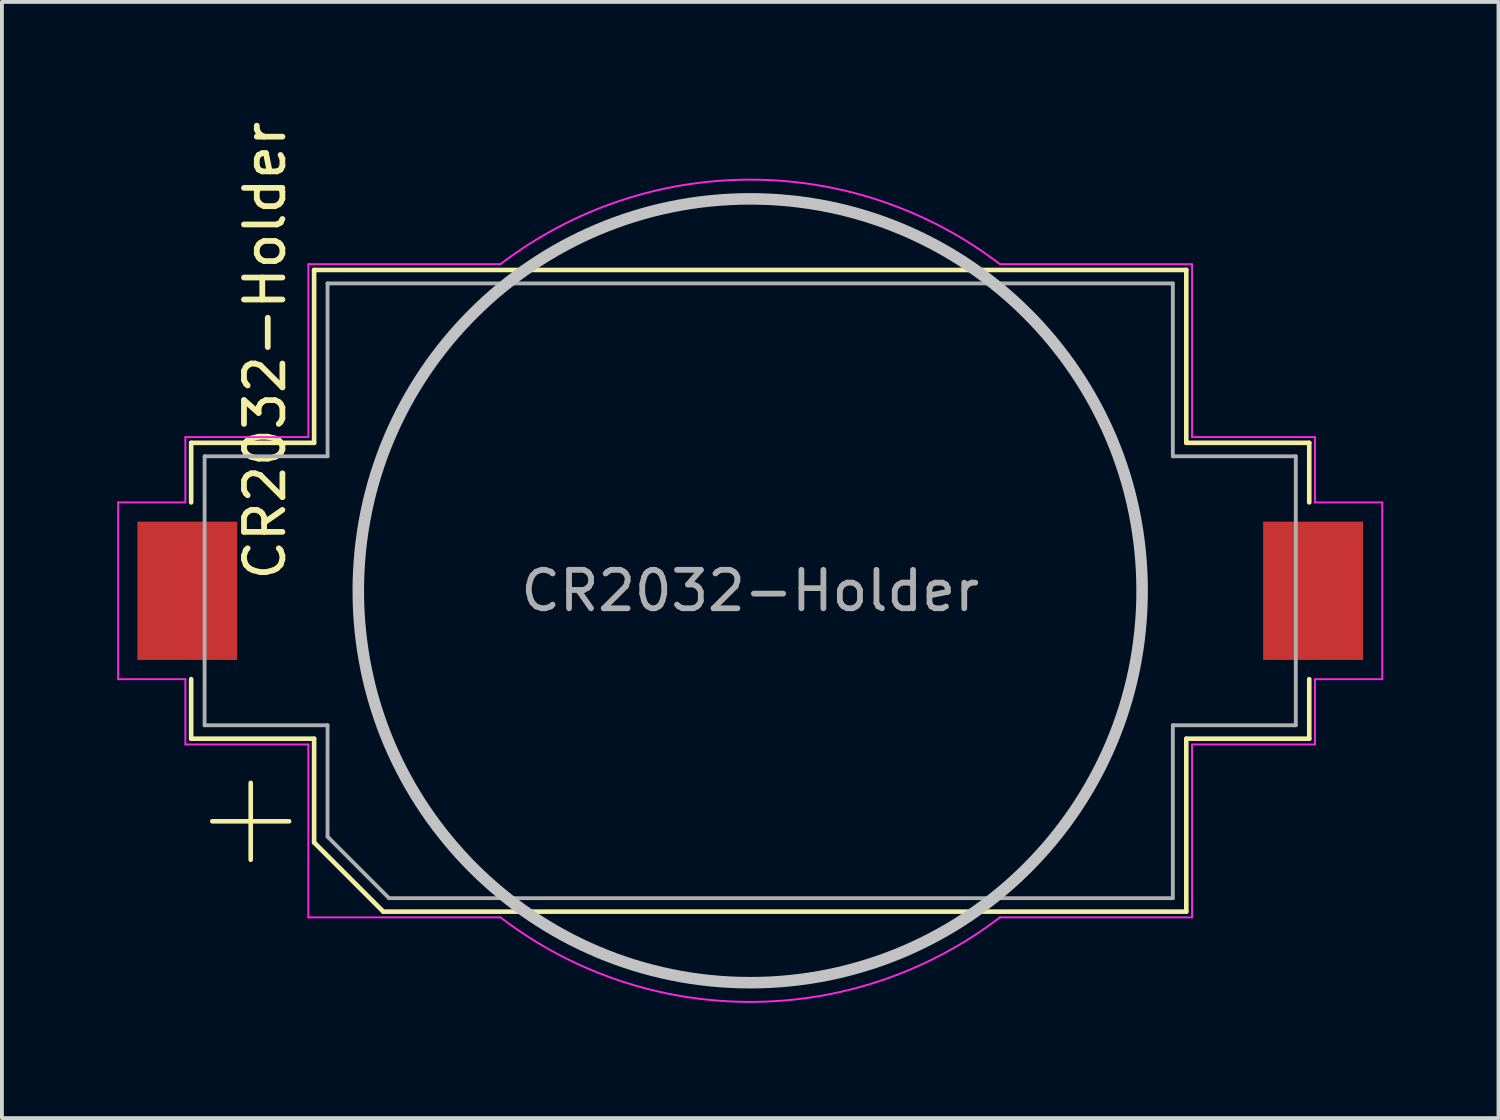
<source format=kicad_pcb>
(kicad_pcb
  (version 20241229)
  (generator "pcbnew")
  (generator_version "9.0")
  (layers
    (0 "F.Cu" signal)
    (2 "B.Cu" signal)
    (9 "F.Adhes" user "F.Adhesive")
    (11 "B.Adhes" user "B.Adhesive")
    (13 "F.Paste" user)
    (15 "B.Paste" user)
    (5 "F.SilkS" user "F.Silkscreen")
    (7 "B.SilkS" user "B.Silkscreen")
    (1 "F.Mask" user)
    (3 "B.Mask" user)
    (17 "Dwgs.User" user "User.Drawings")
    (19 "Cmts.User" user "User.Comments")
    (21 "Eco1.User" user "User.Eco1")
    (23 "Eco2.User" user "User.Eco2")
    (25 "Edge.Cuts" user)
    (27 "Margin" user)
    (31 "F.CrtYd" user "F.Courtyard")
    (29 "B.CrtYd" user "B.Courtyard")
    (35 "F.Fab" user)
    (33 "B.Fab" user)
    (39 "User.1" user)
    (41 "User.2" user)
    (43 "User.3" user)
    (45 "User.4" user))
  (footprint "CR2032-Holder"
    (layer "F.Cu")
    (at 16.475 12.326)
    (property "Reference" "CR2032-Holder" (at -12.63 -6.248 90) (layer "F.SilkS") (effects (font (size 1 1) (thickness 0.15))))
    (attr smd)
    (fp_line (start -14.55 -3.85) (end -14.55 -2.3) (stroke (width 0.12) (type solid)) (layer "F.SilkS"))
    (fp_line (start -14.55 3.85) (end -14.55 2.3) (stroke (width 0.12) (type solid)) (layer "F.SilkS"))
    (fp_line (start -13 5) (end -13 7) (stroke (width 0.12) (type solid)) (layer "F.SilkS"))
    (fp_line (start -12 6) (end -14 6) (stroke (width 0.12) (type solid)) (layer "F.SilkS"))
    (fp_line (start -11.35 -8.35) (end -11.35 -3.85) (stroke (width 0.12) (type solid)) (layer "F.SilkS"))
    (fp_line (start -11.35 -8.35) (end 11.35 -8.35) (stroke (width 0.12) (type solid)) (layer "F.SilkS"))
    (fp_line (start -11.35 -3.85) (end -14.55 -3.85) (stroke (width 0.12) (type solid)) (layer "F.SilkS"))
    (fp_line (start -11.35 3.85) (end -14.55 3.85) (stroke (width 0.12) (type solid)) (layer "F.SilkS"))
    (fp_line (start -11.35 6.55) (end -11.35 3.85) (stroke (width 0.12) (type solid)) (layer "F.SilkS"))
    (fp_line (start -9.55 8.35) (end -11.35 6.55) (stroke (width 0.12) (type solid)) (layer "F.SilkS"))
    (fp_line (start 11.35 -8.35) (end 11.35 -3.85) (stroke (width 0.12) (type solid)) (layer "F.SilkS"))
    (fp_line (start 11.35 -3.85) (end 14.55 -3.85) (stroke (width 0.12) (type solid)) (layer "F.SilkS"))
    (fp_line (start 11.35 3.85) (end 14.55 3.85) (stroke (width 0.12) (type solid)) (layer "F.SilkS"))
    (fp_line (start 11.35 8.35) (end -9.55 8.35) (stroke (width 0.12) (type solid)) (layer "F.SilkS"))
    (fp_line (start 11.35 8.35) (end 11.35 3.85) (stroke (width 0.12) (type solid)) (layer "F.SilkS"))
    (fp_line (start 14.55 -3.85) (end 14.55 -2.3) (stroke (width 0.12) (type solid)) (layer "F.SilkS"))
    (fp_line (start 14.55 3.85) (end 14.55 2.3) (stroke (width 0.12) (type solid)) (layer "F.SilkS"))
    (fp_circle (center 0 0) (end -10.2 0) (stroke (width 0.3) (type solid)) (fill no) (layer "Dwgs.User"))
    (fp_line (start -16.45 2.3) (end -16.45 -2.3) (stroke (width 0.05) (type solid)) (layer "F.CrtYd"))
    (fp_line (start -14.7 -4) (end -11.5 -4) (stroke (width 0.05) (type solid)) (layer "F.CrtYd"))
    (fp_line (start -14.7 -2.3) (end -16.45 -2.3) (stroke (width 0.05) (type solid)) (layer "F.CrtYd"))
    (fp_line (start -14.7 -2.3) (end -14.7 -4) (stroke (width 0.05) (type solid)) (layer "F.CrtYd"))
    (fp_line (start -14.7 2.3) (end -16.45 2.3) (stroke (width 0.05) (type solid)) (layer "F.CrtYd"))
    (fp_line (start -14.7 4) (end -14.7 2.3) (stroke (width 0.05) (type solid)) (layer "F.CrtYd"))
    (fp_line (start -14.7 4) (end -11.5 4) (stroke (width 0.05) (type solid)) (layer "F.CrtYd"))
    (fp_line (start -11.5 -8.5) (end -6.5 -8.5) (stroke (width 0.05) (type solid)) (layer "F.CrtYd"))
    (fp_line (start -11.5 -4) (end -11.5 -8.5) (stroke (width 0.05) (type solid)) (layer "F.CrtYd"))
    (fp_line (start -11.5 4) (end -11.5 8.5) (stroke (width 0.05) (type solid)) (layer "F.CrtYd"))
    (fp_line (start -6.5 8.5) (end -11.5 8.5) (stroke (width 0.05) (type solid)) (layer "F.CrtYd"))
    (fp_line (start 11.5 -8.5) (end 6.5 -8.5) (stroke (width 0.05) (type solid)) (layer "F.CrtYd"))
    (fp_line (start 11.5 -8.5) (end 11.5 -4) (stroke (width 0.05) (type solid)) (layer "F.CrtYd"))
    (fp_line (start 11.5 -4) (end 14.7 -4) (stroke (width 0.05) (type solid)) (layer "F.CrtYd"))
    (fp_line (start 11.5 4) (end 11.5 8.5) (stroke (width 0.05) (type solid)) (layer "F.CrtYd"))
    (fp_line (start 11.5 8.5) (end 6.5 8.5) (stroke (width 0.05) (type solid)) (layer "F.CrtYd"))
    (fp_line (start 14.7 -4) (end 14.7 -2.3) (stroke (width 0.05) (type solid)) (layer "F.CrtYd"))
    (fp_line (start 14.7 -2.3) (end 16.45 -2.3) (stroke (width 0.05) (type solid)) (layer "F.CrtYd"))
    (fp_line (start 14.7 2.3) (end 14.7 4) (stroke (width 0.05) (type solid)) (layer "F.CrtYd"))
    (fp_line (start 14.7 4) (end 11.5 4) (stroke (width 0.05) (type solid)) (layer "F.CrtYd"))
    (fp_line (start 16.45 -2.3) (end 16.45 2.3) (stroke (width 0.05) (type solid)) (layer "F.CrtYd"))
    (fp_line (start 16.45 2.3) (end 14.7 2.3) (stroke (width 0.05) (type solid)) (layer "F.CrtYd"))
    (fp_arc (start -6.499999 -8.5) (mid 0 -10.700467) (end 6.5 -8.5) (stroke (width 0.05) (type solid)) (layer "F.CrtYd"))
    (fp_arc (start 6.499999 8.5) (mid 0 10.700467) (end -6.5 8.5) (stroke (width 0.05) (type solid)) (layer "F.CrtYd"))
    (fp_line (start -14.2 -3.5) (end -11 -3.5) (stroke (width 0.1) (type solid)) (layer "F.Fab"))
    (fp_line (start -14.2 3.5) (end -14.2 -3.5) (stroke (width 0.1) (type solid)) (layer "F.Fab"))
    (fp_line (start -11 -8) (end -11 -3.5) (stroke (width 0.1) (type solid)) (layer "F.Fab"))
    (fp_line (start -11 3.5) (end -14.2 3.5) (stroke (width 0.1) (type solid)) (layer "F.Fab"))
    (fp_line (start -11 6.4) (end -11 3.5) (stroke (width 0.1) (type solid)) (layer "F.Fab"))
    (fp_line (start -9.4 8) (end -11 6.4) (stroke (width 0.1) (type solid)) (layer "F.Fab"))
    (fp_line (start 11 -8) (end -11 -8) (stroke (width 0.1) (type solid)) (layer "F.Fab"))
    (fp_line (start 11 -8) (end 11 -3.5) (stroke (width 0.1) (type solid)) (layer "F.Fab"))
    (fp_line (start 11 3.5) (end 14.2 3.5) (stroke (width 0.1) (type solid)) (layer "F.Fab"))
    (fp_line (start 11 8) (end -9.4 8) (stroke (width 0.1) (type solid)) (layer "F.Fab"))
    (fp_line (start 11 8) (end 11 3.5) (stroke (width 0.1) (type solid)) (layer "F.Fab"))
    (fp_line (start 14.2 -3.5) (end 11 -3.5) (stroke (width 0.1) (type solid)) (layer "F.Fab"))
    (fp_line (start 14.2 3.5) (end 14.2 -3.5) (stroke (width 0.1) (type solid)) (layer "F.Fab"))
    (fp_text user "${REFERENCE}" (at 0 0 0) (layer "F.Fab") (effects (font (size 1 1) (thickness 0.15))))
    (pad "1" smd rect (at -14.65 0 180) (size 2.6 3.6) (layers "F.Cu" "F.Mask" "F.Paste"))
    (pad "2" smd rect (at 14.65 0 180) (size 2.6 3.6) (layers "F.Cu" "F.Mask" "F.Paste")))
  (gr_rect
    (start -3 -3)
    (end 35.95 26.051)
    (stroke (width 0.1) (type default))
    (fill no)
    (layer "Edge.Cuts")))
</source>
